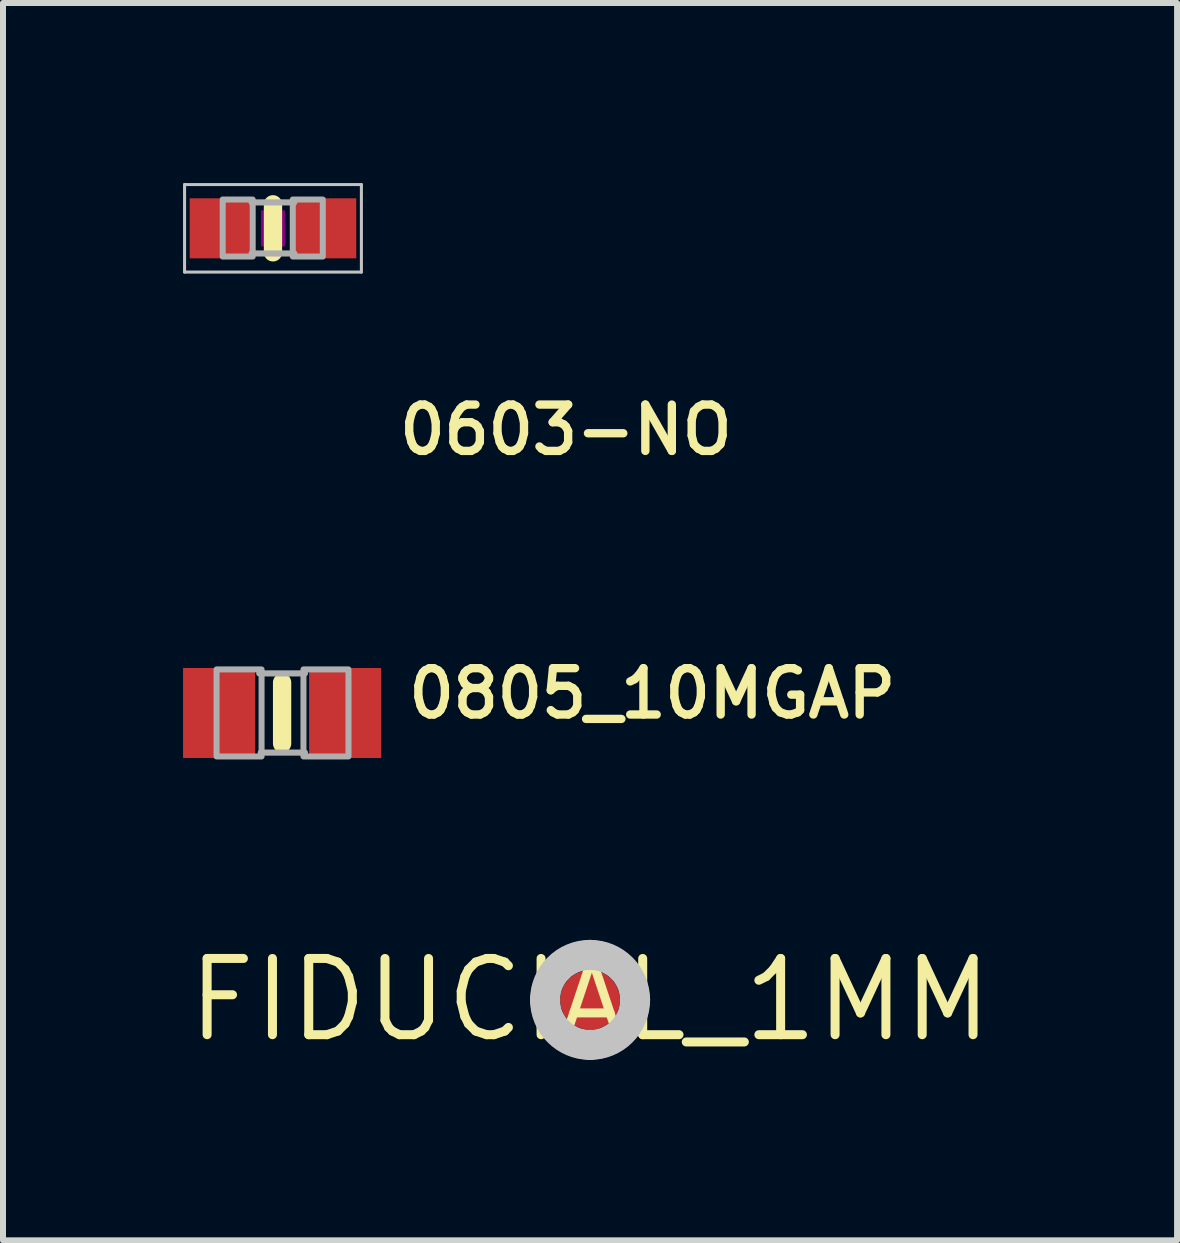
<source format=kicad_pcb>
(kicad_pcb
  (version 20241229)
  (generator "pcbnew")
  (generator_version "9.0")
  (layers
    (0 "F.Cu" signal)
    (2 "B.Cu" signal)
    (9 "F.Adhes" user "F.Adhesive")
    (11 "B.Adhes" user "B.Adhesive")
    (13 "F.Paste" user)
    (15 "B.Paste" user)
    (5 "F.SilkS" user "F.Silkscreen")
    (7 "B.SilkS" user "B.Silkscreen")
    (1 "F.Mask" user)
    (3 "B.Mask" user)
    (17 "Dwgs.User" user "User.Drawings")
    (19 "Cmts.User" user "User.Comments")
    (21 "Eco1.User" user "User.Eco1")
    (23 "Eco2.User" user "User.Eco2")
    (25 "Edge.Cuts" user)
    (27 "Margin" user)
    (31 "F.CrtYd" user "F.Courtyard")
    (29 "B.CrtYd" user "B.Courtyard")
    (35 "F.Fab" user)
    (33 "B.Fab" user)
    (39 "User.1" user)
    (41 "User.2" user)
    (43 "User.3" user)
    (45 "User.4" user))
  (footprint "0603-NO"
    (layer "F.Cu")
    (at 1.498 0.754)
    (property "Reference" "0603-NO" (at 2.032 3.81 180) (layer "F.SilkS") (effects (font (size 0.772 0.772) (thickness 0.139)) (justify left bottom)))
    (attr through_hole)
    (fp_line (start 0 -0.4) (end 0 0.4) (stroke (width 0.305) (type solid)) (layer "F.SilkS"))
    (fp_poly (pts (xy -0.2 0.3) (xy 0.2 0.3) (xy 0.2 -0.3) (xy -0.2 -0.3)) (stroke (width 0) (type solid)) (fill yes) (layer "F.Adhes"))
    (fp_line (start -1.473 -0.729) (end 1.473 -0.729) (stroke (width 0.051) (type solid)) (layer "Dwgs.User"))
    (fp_line (start -1.473 0.729) (end -1.473 -0.729) (stroke (width 0.051) (type solid)) (layer "Dwgs.User"))
    (fp_line (start 1.473 -0.729) (end 1.473 0.729) (stroke (width 0.051) (type solid)) (layer "Dwgs.User"))
    (fp_line (start 1.473 0.729) (end -1.473 0.729) (stroke (width 0.051) (type solid)) (layer "Dwgs.User"))
    (fp_line (start -0.356 -0.432) (end 0.356 -0.432) (stroke (width 0.102) (type solid)) (layer "F.Fab"))
    (fp_line (start -0.356 0.419) (end 0.356 0.419) (stroke (width 0.102) (type solid)) (layer "F.Fab"))
    (fp_poly (pts (xy -0.838 0.47) (xy -0.338 0.47) (xy -0.338 -0.48) (xy -0.838 -0.48)) (stroke (width 0.1) (type solid)) (fill no) (layer "F.Fab"))
    (fp_poly (pts (xy 0.33 0.47) (xy 0.83 0.47) (xy 0.83 -0.48) (xy 0.33 -0.48)) (stroke (width 0.1) (type solid)) (fill no) (layer "F.Fab"))
    (pad "1" smd rect (at -0.85 0) (size 1.075 1) (layers "F.Cu" "F.Mask" "F.Paste"))
    (pad "2" smd rect (at 0.85 0) (size 1.075 1) (layers "F.Cu" "F.Mask" "F.Paste")))
  (footprint "FIDUCIAL_1MM"
    (layer "F.Cu")
    (at 6.781 13.609)
    (property "Reference" "FIDUCIAL_1MM" (at 0 0 0) (layer "F.SilkS") (effects (font (size 1.27 1.27) (thickness 0.15))))
    (attr through_hole)
    (fp_arc (start -0.75 0) (mid -0.53033 -0.53033) (end 0 -0.75) (stroke (width 0.4699) (type solid)) (layer "F.Mask"))
    (fp_arc (start 0 -0.75) (mid 0.53033 -0.53033) (end 0.75 0) (stroke (width 0.4699) (type solid)) (layer "F.Mask"))
    (fp_arc (start 0 0.75) (mid -0.53033 0.53033) (end -0.75 0) (stroke (width 0.4699) (type solid)) (layer "F.Mask"))
    (fp_arc (start 0.75 0) (mid 0.53033 0.53033) (end 0 0.75) (stroke (width 0.4699) (type solid)) (layer "F.Mask"))
    (fp_arc (start -0.75 0) (mid -0.53033 -0.53033) (end 0 -0.75) (stroke (width 0.4826) (type solid)) (layer "Dwgs.User"))
    (fp_arc (start -0.75 0) (mid -0.53033 -0.53033) (end 0 -0.75) (stroke (width 0.5) (type solid)) (layer "Dwgs.User"))
    (fp_arc (start 0 -0.75) (mid 0.53033 -0.53033) (end 0.75 0) (stroke (width 0.4826) (type solid)) (layer "Dwgs.User"))
    (fp_arc (start 0 -0.75) (mid 0.53033 -0.53033) (end 0.75 0) (stroke (width 0.5) (type solid)) (layer "Dwgs.User"))
    (fp_arc (start 0 0.75) (mid -0.53033 0.53033) (end -0.75 0) (stroke (width 0.4826) (type solid)) (layer "Dwgs.User"))
    (fp_arc (start 0 0.75) (mid -0.53033 0.53033) (end -0.75 0) (stroke (width 0.5) (type solid)) (layer "Dwgs.User"))
    (fp_arc (start 0.75 0) (mid 0.53033 0.53033) (end 0 0.75) (stroke (width 0.4826) (type solid)) (layer "Dwgs.User"))
    (fp_arc (start 0.75 0) (mid 0.53033 0.53033) (end 0 0.75) (stroke (width 0.5) (type solid)) (layer "Dwgs.User"))
    (pad "1" smd roundrect (at 0 0) (size 1 1) (layers "F.Cu" "F.Mask") (roundrect_rratio 0.5)))
  (footprint "0805_10MGAP"
    (layer "F.Cu")
    (at 1.65 8.829)
    (property "Reference" "0805_10MGAP" (at 2.032 0.127 0) (layer "F.SilkS") (effects (font (size 0.772 0.772) (thickness 0.139)) (justify left bottom)))
    (attr through_hole)
    (fp_line (start 0 -0.508) (end 0 0.508) (stroke (width 0.305) (type solid)) (layer "F.SilkS"))
    (fp_line (start -0.381 -0.66) (end 0.381 -0.66) (stroke (width 0.102) (type solid)) (layer "F.Fab"))
    (fp_line (start -0.356 0.66) (end 0.381 0.66) (stroke (width 0.102) (type solid)) (layer "F.Fab"))
    (fp_poly (pts (xy -1.092 0.724) (xy -0.342 0.724) (xy -0.342 -0.726) (xy -1.092 -0.726)) (stroke (width 0.1) (type solid)) (fill no) (layer "F.Fab"))
    (fp_poly (pts (xy 0.356 0.724) (xy 1.106 0.724) (xy 1.106 -0.726) (xy 0.356 -0.726)) (stroke (width 0.1) (type solid)) (fill no) (layer "F.Fab"))
    (pad "1" smd rect (at -1.05 0) (size 1.2 1.5) (layers "F.Cu" "F.Mask" "F.Paste"))
    (pad "2" smd rect (at 1.05 0) (size 1.2 1.5) (layers "F.Cu" "F.Mask" "F.Paste")))
  (gr_rect
    (start -3 -3)
    (end 16.561 17.615)
    (stroke (width 0.1) (type default))
    (fill no)
    (layer "Edge.Cuts")))
</source>
